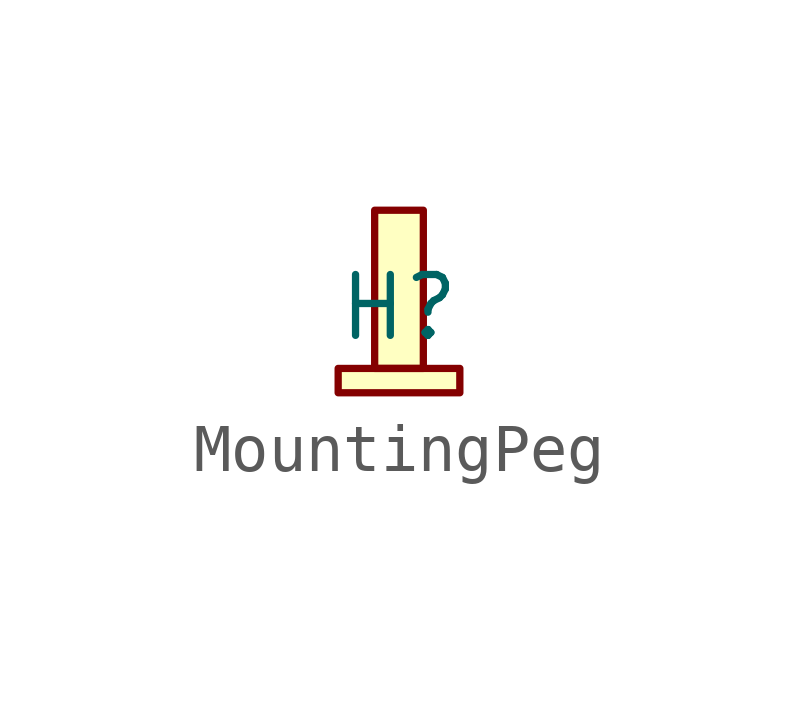
<source format=kicad_sym>
(kicad_symbol_lib
  (version 20220914)
  (generator kicad_symbol_editor)
  (symbol "MountingPeg"
    (property "Reference" "H"
      (at 0 0 0)
      (effects (font (size 1.27 1.27))))
    (property "Value" ""
      (at 0 -0.254 0)
      (effects (font (size 1.27 1.27))))
    (symbol "MountingPeg_1_1"
      (rectangle (start -1.27 -1.27) (end 1.27 -1.778) (stroke (width 0) (type default)) (fill (type background)))
      (rectangle (start -0.508 2.032) (end 0.508 -1.27) (stroke (width 0) (type default)) (fill (type background))))))
</source>
